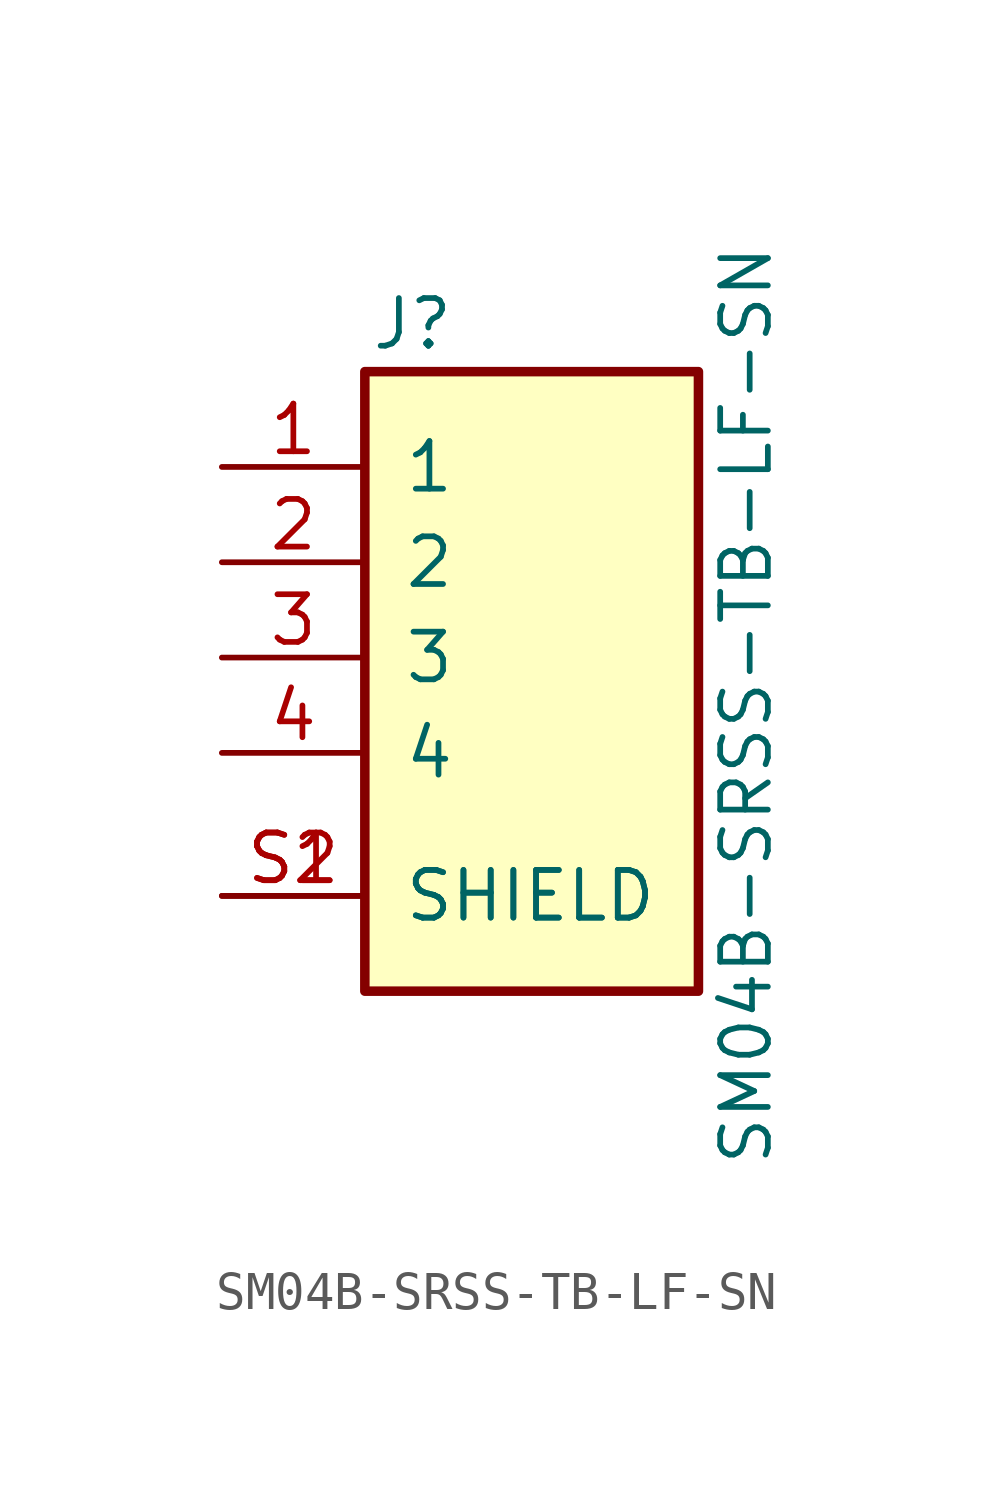
<source format=kicad_sym>
(kicad_symbol_lib
  (version 20211014)
  (generator kicad_symbol_editor)
  (symbol "SM04B-SRSS-TB-LF-SN"
    (pin_names
      (offset 1.016))
    (property "Reference" "J"
      (at 0 10.16 0)
      (effects (font (size 1.27 1.27))))
    (property "Value" "SM04B-SRSS-TB-LF-SN"
      (at 8.89 0 90)
      (effects (font (size 1.27 1.27))))
    (symbol "SM04B-SRSS-TB-LF-SN_1_1"
      (rectangle (start -1.27 8.89) (end 7.62 -7.62) (stroke (width 0.254) (type default) (color 0 0 0 0)) (fill (type background)))
      (pin passive line (at -5.08 6.35 0) (length 3.81) (name "1" (effects (font (size 1.27 1.27)))) (number "1" (effects (font (size 1.27 1.27)))))
      (pin passive line (at -5.08 3.81 0) (length 3.81) (name "2" (effects (font (size 1.27 1.27)))) (number "2" (effects (font (size 1.27 1.27)))))
      (pin passive line (at -5.08 1.27 0) (length 3.81) (name "3" (effects (font (size 1.27 1.27)))) (number "3" (effects (font (size 1.27 1.27)))))
      (pin passive line (at -5.08 -1.27 0) (length 3.81) (name "4" (effects (font (size 1.27 1.27)))) (number "4" (effects (font (size 1.27 1.27)))))
      (pin passive line (at -5.08 -5.08 0) (length 3.81) (name "SHIELD" (effects (font (size 1.27 1.27)))) (number "S1" (effects (font (size 1.27 1.27)))))
      (pin passive line (at -5.08 -5.08 0) (length 3.81) (name "SHIELD" (effects (font (size 1.27 1.27)))) (number "S2" (effects (font (size 1.27 1.27))))))))
</source>
